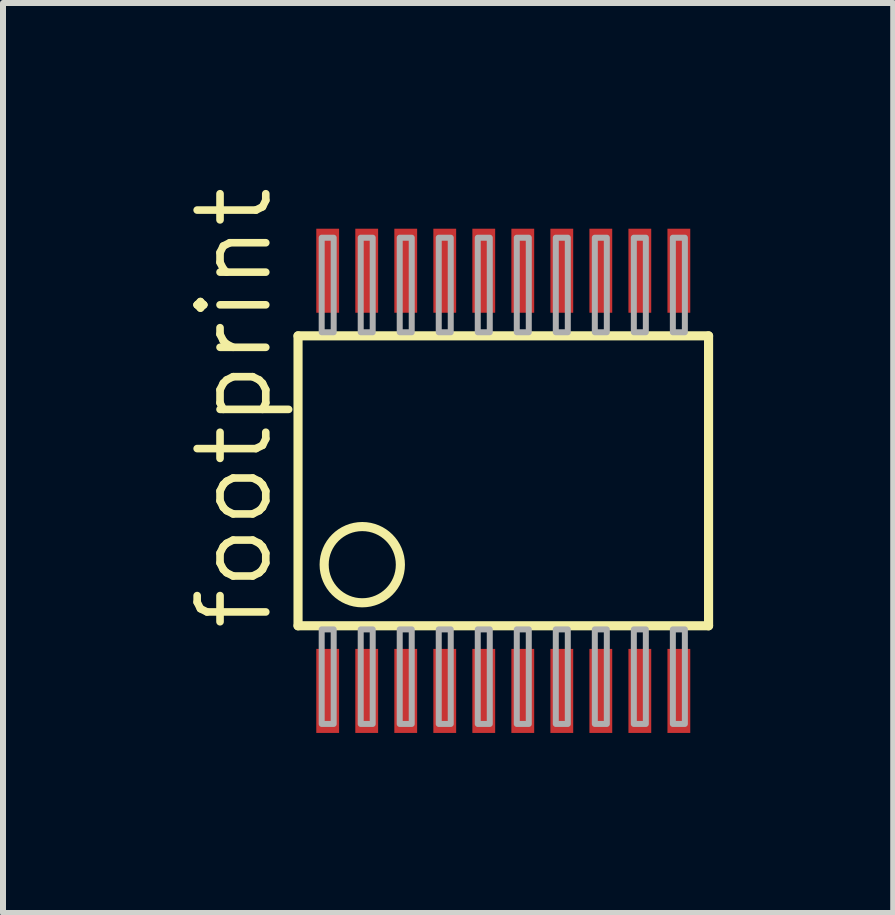
<source format=kicad_pcb>
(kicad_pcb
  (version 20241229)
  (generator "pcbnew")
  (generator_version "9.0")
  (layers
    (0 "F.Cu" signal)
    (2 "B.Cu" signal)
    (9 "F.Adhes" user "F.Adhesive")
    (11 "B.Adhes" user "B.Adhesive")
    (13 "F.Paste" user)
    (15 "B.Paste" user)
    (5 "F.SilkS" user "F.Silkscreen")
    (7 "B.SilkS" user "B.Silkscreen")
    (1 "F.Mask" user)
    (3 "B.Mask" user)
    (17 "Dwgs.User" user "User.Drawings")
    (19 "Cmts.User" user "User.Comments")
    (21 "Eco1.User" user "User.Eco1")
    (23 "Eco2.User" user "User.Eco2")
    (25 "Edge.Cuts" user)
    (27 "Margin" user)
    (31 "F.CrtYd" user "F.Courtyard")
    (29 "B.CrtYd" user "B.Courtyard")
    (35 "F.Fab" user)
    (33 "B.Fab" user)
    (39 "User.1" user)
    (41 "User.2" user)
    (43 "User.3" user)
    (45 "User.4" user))
  (footprint "footprint"
    (layer "F.Cu")
    (at 5.334 4.96)
    (property "Reference" "footprint" (at -3.81 2.54 90) (layer "F.SilkS") (effects (font (size 1.143 1.143) (thickness 0.127)) (justify left bottom)))
    (fp_line (start -3.419 2.415) (end -3.419 -2.415) (stroke (width 0.152) (type solid)) (layer "F.SilkS"))
    (fp_line (start -3.419 2.415) (end 3.42 2.415) (stroke (width 0.152) (type solid)) (layer "F.SilkS"))
    (fp_line (start 3.42 -2.415) (end -3.419 -2.415) (stroke (width 0.152) (type solid)) (layer "F.SilkS"))
    (fp_line (start 3.42 -2.415) (end 3.42 2.415) (stroke (width 0.152) (type solid)) (layer "F.SilkS"))
    (fp_circle (center -2.349 1.397) (end -1.714 1.397) (stroke (width 0.152) (type solid)) (fill no) (layer "F.SilkS"))
    (fp_poly (pts (xy -3.025 4.05) (xy -2.825 4.05) (xy -2.825 2.475) (xy -3.025 2.475)) (stroke (width 0.1) (type solid)) (fill no) (layer "F.Fab"))
    (fp_poly (pts (xy -2.825 -4.05) (xy -3.025 -4.05) (xy -3.025 -2.475) (xy -2.825 -2.475)) (stroke (width 0.1) (type solid)) (fill no) (layer "F.Fab"))
    (fp_poly (pts (xy -2.375 4.05) (xy -2.175 4.05) (xy -2.175 2.475) (xy -2.375 2.475)) (stroke (width 0.1) (type solid)) (fill no) (layer "F.Fab"))
    (fp_poly (pts (xy -2.175 -4.05) (xy -2.375 -4.05) (xy -2.375 -2.475) (xy -2.175 -2.475)) (stroke (width 0.1) (type solid)) (fill no) (layer "F.Fab"))
    (fp_poly (pts (xy -1.725 4.05) (xy -1.525 4.05) (xy -1.525 2.475) (xy -1.725 2.475)) (stroke (width 0.1) (type solid)) (fill no) (layer "F.Fab"))
    (fp_poly (pts (xy -1.525 -4.05) (xy -1.725 -4.05) (xy -1.725 -2.475) (xy -1.525 -2.475)) (stroke (width 0.1) (type solid)) (fill no) (layer "F.Fab"))
    (fp_poly (pts (xy -1.075 4.05) (xy -0.875 4.05) (xy -0.875 2.475) (xy -1.075 2.475)) (stroke (width 0.1) (type solid)) (fill no) (layer "F.Fab"))
    (fp_poly (pts (xy -0.875 -4.05) (xy -1.075 -4.05) (xy -1.075 -2.475) (xy -0.875 -2.475)) (stroke (width 0.1) (type solid)) (fill no) (layer "F.Fab"))
    (fp_poly (pts (xy -0.425 4.05) (xy -0.225 4.05) (xy -0.225 2.475) (xy -0.425 2.475)) (stroke (width 0.1) (type solid)) (fill no) (layer "F.Fab"))
    (fp_poly (pts (xy -0.225 -4.05) (xy -0.425 -4.05) (xy -0.425 -2.475) (xy -0.225 -2.475)) (stroke (width 0.1) (type solid)) (fill no) (layer "F.Fab"))
    (fp_poly (pts (xy 0.225 4.05) (xy 0.425 4.05) (xy 0.425 2.475) (xy 0.225 2.475)) (stroke (width 0.1) (type solid)) (fill no) (layer "F.Fab"))
    (fp_poly (pts (xy 0.425 -4.05) (xy 0.225 -4.05) (xy 0.225 -2.475) (xy 0.425 -2.475)) (stroke (width 0.1) (type solid)) (fill no) (layer "F.Fab"))
    (fp_poly (pts (xy 0.875 4.05) (xy 1.075 4.05) (xy 1.075 2.475) (xy 0.875 2.475)) (stroke (width 0.1) (type solid)) (fill no) (layer "F.Fab"))
    (fp_poly (pts (xy 1.075 -4.05) (xy 0.875 -4.05) (xy 0.875 -2.475) (xy 1.075 -2.475)) (stroke (width 0.1) (type solid)) (fill no) (layer "F.Fab"))
    (fp_poly (pts (xy 1.525 4.05) (xy 1.725 4.05) (xy 1.725 2.475) (xy 1.525 2.475)) (stroke (width 0.1) (type solid)) (fill no) (layer "F.Fab"))
    (fp_poly (pts (xy 1.725 -4.05) (xy 1.525 -4.05) (xy 1.525 -2.475) (xy 1.725 -2.475)) (stroke (width 0.1) (type solid)) (fill no) (layer "F.Fab"))
    (fp_poly (pts (xy 2.175 4.05) (xy 2.375 4.05) (xy 2.375 2.475) (xy 2.175 2.475)) (stroke (width 0.1) (type solid)) (fill no) (layer "F.Fab"))
    (fp_poly (pts (xy 2.375 -4.05) (xy 2.175 -4.05) (xy 2.175 -2.475) (xy 2.375 -2.475)) (stroke (width 0.1) (type solid)) (fill no) (layer "F.Fab"))
    (fp_poly (pts (xy 2.825 4.05) (xy 3.025 4.05) (xy 3.025 2.475) (xy 2.825 2.475)) (stroke (width 0.1) (type solid)) (fill no) (layer "F.Fab"))
    (fp_poly (pts (xy 3.025 -4.05) (xy 2.825 -4.05) (xy 2.825 -2.475) (xy 3.025 -2.475)) (stroke (width 0.1) (type solid)) (fill no) (layer "F.Fab"))
    (pad "1" smd rect (at -2.925 3.5) (size 0.38 1.4) (layers "F.Cu" "F.Mask" "F.Paste"))
    (pad "2" smd rect (at -2.275 3.5) (size 0.38 1.4) (layers "F.Cu" "F.Mask" "F.Paste"))
    (pad "3" smd rect (at -1.625 3.5) (size 0.38 1.4) (layers "F.Cu" "F.Mask" "F.Paste"))
    (pad "4" smd rect (at -0.975 3.5) (size 0.38 1.4) (layers "F.Cu" "F.Mask" "F.Paste"))
    (pad "5" smd rect (at -0.325 3.5) (size 0.38 1.4) (layers "F.Cu" "F.Mask" "F.Paste"))
    (pad "6" smd rect (at 0.325 3.5) (size 0.38 1.4) (layers "F.Cu" "F.Mask" "F.Paste"))
    (pad "7" smd rect (at 0.975 3.5) (size 0.38 1.4) (layers "F.Cu" "F.Mask" "F.Paste"))
    (pad "8" smd rect (at 1.625 3.5) (size 0.38 1.4) (layers "F.Cu" "F.Mask" "F.Paste"))
    (pad "9" smd rect (at 2.275 3.5) (size 0.38 1.4) (layers "F.Cu" "F.Mask" "F.Paste"))
    (pad "10" smd rect (at 2.925 3.5) (size 0.38 1.4) (layers "F.Cu" "F.Mask" "F.Paste"))
    (pad "11" smd rect (at 2.925 -3.5 180) (size 0.38 1.4) (layers "F.Cu" "F.Mask" "F.Paste"))
    (pad "12" smd rect (at 2.275 -3.5 180) (size 0.38 1.4) (layers "F.Cu" "F.Mask" "F.Paste"))
    (pad "13" smd rect (at 1.625 -3.5 180) (size 0.38 1.4) (layers "F.Cu" "F.Mask" "F.Paste"))
    (pad "14" smd rect (at 0.975 -3.5 180) (size 0.38 1.4) (layers "F.Cu" "F.Mask" "F.Paste"))
    (pad "15" smd rect (at 0.325 -3.5 180) (size 0.38 1.4) (layers "F.Cu" "F.Mask" "F.Paste"))
    (pad "16" smd rect (at -0.325 -3.5 180) (size 0.38 1.4) (layers "F.Cu" "F.Mask" "F.Paste"))
    (pad "17" smd rect (at -0.975 -3.5 180) (size 0.38 1.4) (layers "F.Cu" "F.Mask" "F.Paste"))
    (pad "18" smd rect (at -1.625 -3.5 180) (size 0.38 1.4) (layers "F.Cu" "F.Mask" "F.Paste"))
    (pad "19" smd rect (at -2.275 -3.5 180) (size 0.38 1.4) (layers "F.Cu" "F.Mask" "F.Paste"))
    (pad "20" smd rect (at -2.925 -3.5 180) (size 0.38 1.4) (layers "F.Cu" "F.Mask" "F.Paste")))
  (gr_rect
    (start -3 -3)
    (end 11.83 12.16)
    (stroke (width 0.1) (type default))
    (fill no)
    (layer "Edge.Cuts")))
</source>
